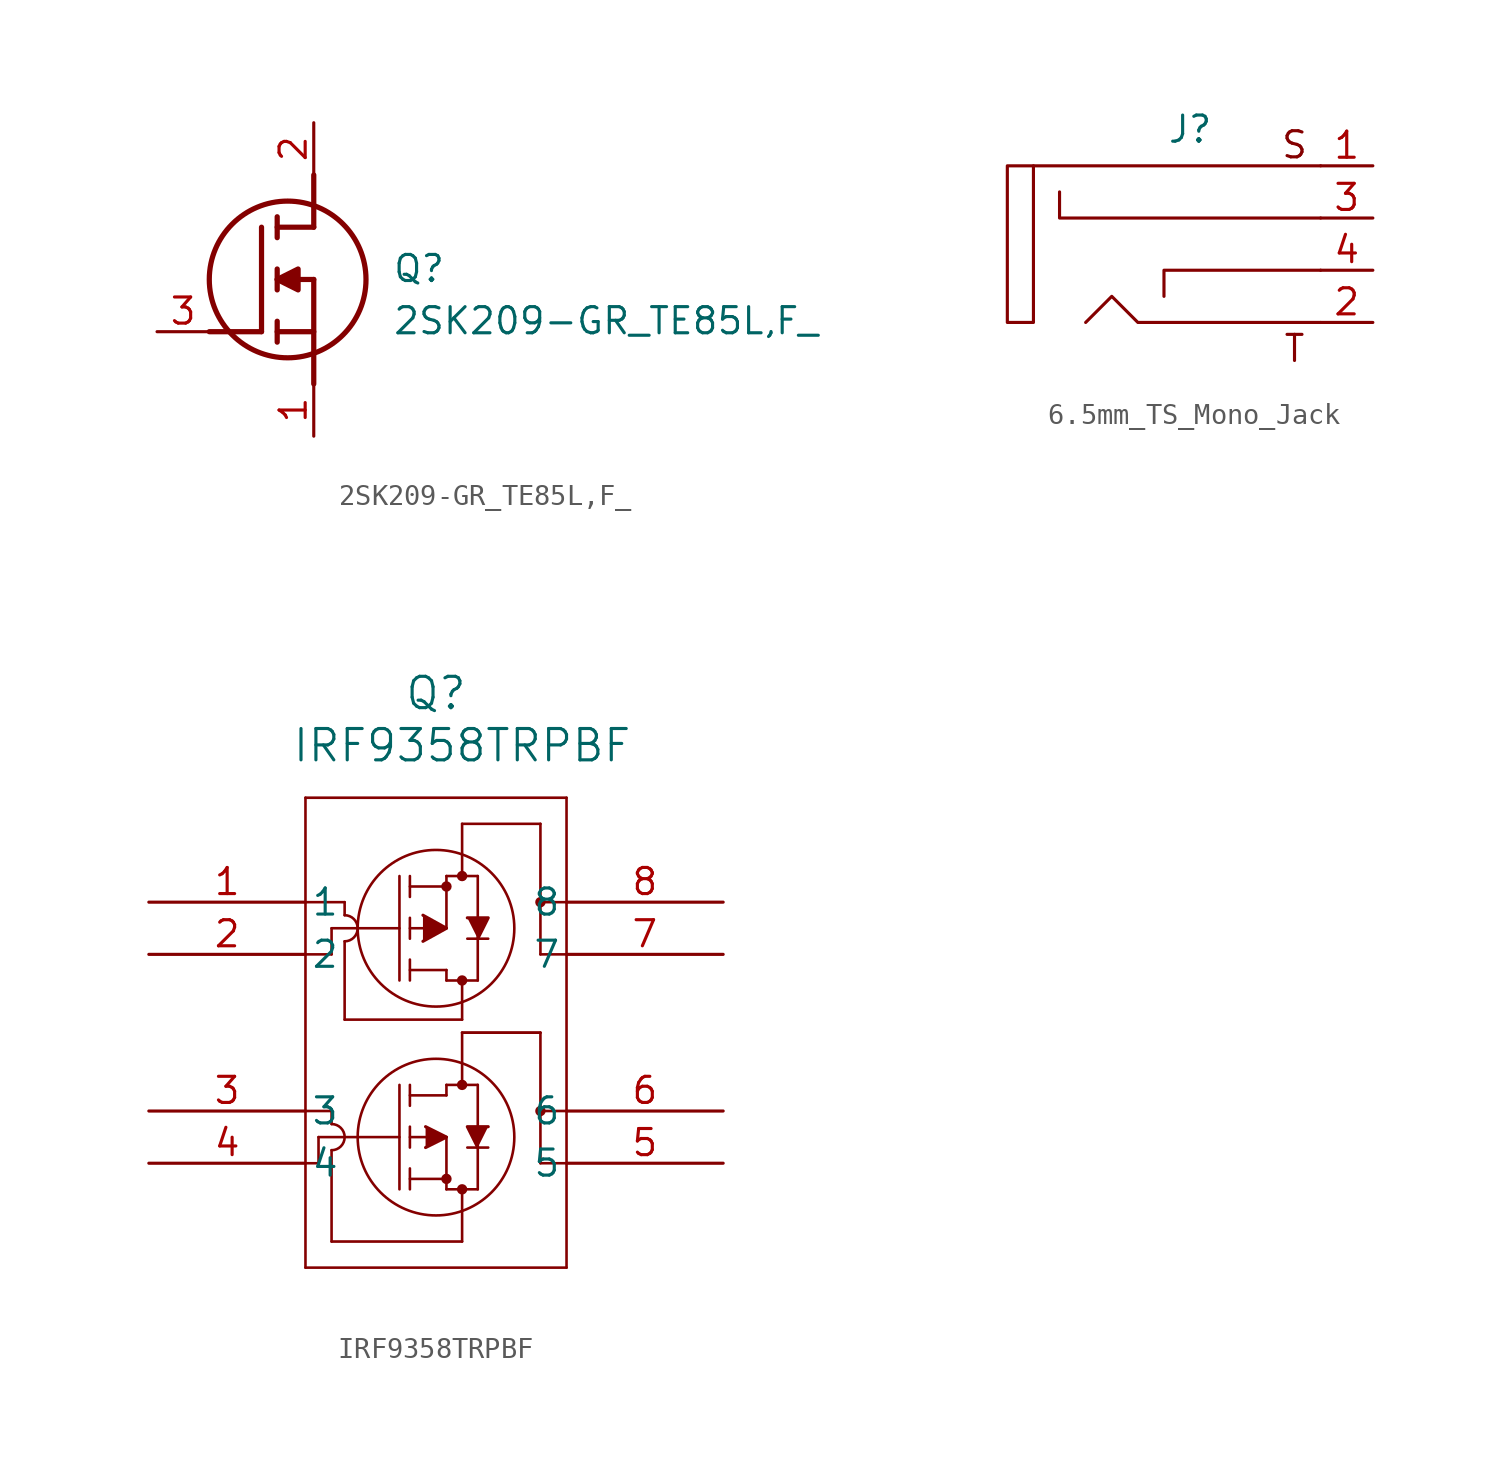
<source format=kicad_sym>
(kicad_symbol_lib
  (version 20231120)
  (generator "kicad_symbol_editor")
  (generator_version "8.0")
  (symbol "2SK209-GR_TE85L,F_"
    (pin_names hide)
    (property "Reference" "Q"
      (at 11.43 3.81 0)
      (effects (font (size 1.27 1.27)) (justify left top)))
    (property "Value" "2SK209-GR_TE85L,F_"
      (at 11.43 1.27 0)
      (effects (font (size 1.27 1.27)) (justify left top)))
    (symbol "2SK209-GR_TE85L,F__1_1"
      (polyline (pts (xy 2.54 0) (xy 5.08 0)) (stroke (width 0.254) (type default)) (fill (type none)))
      (polyline (pts (xy 5.08 5.08) (xy 5.08 0)) (stroke (width 0.254) (type default)) (fill (type none)))
      (polyline (pts (xy 5.842 -0.508) (xy 5.842 0.508)) (stroke (width 0.254) (type default)) (fill (type none)))
      (polyline (pts (xy 5.842 0) (xy 7.62 0)) (stroke (width 0.254) (type default)) (fill (type none)))
      (polyline (pts (xy 5.842 2.032) (xy 5.842 3.048)) (stroke (width 0.254) (type default)) (fill (type none)))
      (polyline (pts (xy 5.842 5.588) (xy 5.842 4.572)) (stroke (width 0.254) (type default)) (fill (type none)))
      (polyline (pts (xy 7.62 2.54) (xy 5.842 2.54)) (stroke (width 0.254) (type default)) (fill (type none)))
      (polyline (pts (xy 7.62 2.54) (xy 7.62 -2.54)) (stroke (width 0.254) (type default)) (fill (type none)))
      (polyline (pts (xy 7.62 5.08) (xy 5.842 5.08)) (stroke (width 0.254) (type default)) (fill (type none)))
      (polyline (pts (xy 7.62 5.08) (xy 7.62 7.62)) (stroke (width 0.254) (type default)) (fill (type none)))
      (polyline (pts (xy 5.842 2.54) (xy 6.858 3.048) (xy 6.858 2.032) (xy 5.842 2.54)) (stroke (width 0.254) (type default)) (fill (type outline)))
      (circle (center 6.35 2.54) (radius 3.81) (stroke (width 0.254) (type default)) (fill (type none)))
      (pin passive line (at 7.62 -5.08 90) (length 2.54) (name "S" (effects (font (size 1.27 1.27)))) (number "1" (effects (font (size 1.27 1.27)))))
      (pin passive line (at 7.62 10.16 270) (length 2.54) (name "D" (effects (font (size 1.27 1.27)))) (number "2" (effects (font (size 1.27 1.27)))))
      (pin passive line (at 0 0 0) (length 2.54) (name "G" (effects (font (size 1.27 1.27)))) (number "3" (effects (font (size 1.27 1.27)))))))
  (symbol "6.5mm_TS_Mono_Jack"
    (property "Reference" "J"
      (at 0 1.778 0)
      (effects (font (size 1.27 1.27))))
    (property "Value" ""
      (at 2.54 -5.08 0)
      (effects (font (size 1.27 1.27))))
    (symbol "6.5mm_TS_Mono_Jack_0_1"
      (rectangle (start -8.89 0) (end -7.62 -7.62) (stroke (width 0) (type default)) (fill (type none)))
      (polyline (pts (xy 6.35 -5.08) (xy -1.27 -5.08) (xy -1.27 -6.35)) (stroke (width 0) (type default)) (fill (type none)))
      (polyline (pts (xy 6.35 -2.54) (xy -6.35 -2.54) (xy -6.35 -1.27)) (stroke (width 0) (type default)) (fill (type none)))
      (polyline (pts (xy 6.35 -7.62) (xy -2.54 -7.62) (xy -3.81 -6.35) (xy -5.08 -7.62)) (stroke (width 0) (type default)) (fill (type none))))
    (symbol "6.5mm_TS_Mono_Jack_1_1"
      (polyline (pts (xy 6.35 0) (xy -7.62 0)) (stroke (width 0) (type default)) (fill (type none)))
      (text "S" (at 5.08 1.016 0) (effects (font (size 1.27 1.27))))
      (text "T" (at 5.08 -8.89 0) (effects (font (size 1.27 1.27))))
      (pin passive line (at 8.89 0 180) (length 2.54) (name "" (effects (font (size 1.27 1.27)))) (number "1" (effects (font (size 1.27 1.27)))))
      (pin passive line (at 8.89 -7.62 180) (length 2.54) (name "" (effects (font (size 1.27 1.27)))) (number "2" (effects (font (size 1.27 1.27)))))
      (pin passive line (at 8.89 -2.54 180) (length 2.54) (name "" (effects (font (size 1.27 1.27)))) (number "3" (effects (font (size 1.27 1.27)))))
      (pin passive line (at 8.89 -5.08 180) (length 2.54) (name "" (effects (font (size 1.27 1.27)))) (number "4" (effects (font (size 1.27 1.27)))))))
  (symbol "IRF9358TRPBF"
    (pin_names
      (offset 0.254))
    (property "Reference" "Q"
      (at 13.97 10.16 0)
      (effects (font (size 1.524 1.524))))
    (property "Value" "IRF9358TRPBF"
      (at 15.24 7.62 0)
      (effects (font (size 1.524 1.524))))
    (property "ki_locked" ""
      (at 0 0 0)
      (effects (font (size 1.27 1.27))))
    (symbol "IRF9358TRPBF_0_1"
      (polyline (pts (xy 7.62 -17.78) (xy 20.32 -17.78)) (stroke (width 0.127) (type default)) (fill (type none)))
      (polyline (pts (xy 7.62 -12.7) (xy 8.255 -12.7)) (stroke (width 0.127) (type default)) (fill (type none)))
      (polyline (pts (xy 7.62 -10.16) (xy 8.89 -10.16)) (stroke (width 0.127) (type default)) (fill (type none)))
      (polyline (pts (xy 7.62 -2.54) (xy 8.89 -2.54)) (stroke (width 0.127) (type default)) (fill (type none)))
      (polyline (pts (xy 7.62 0) (xy 9.525 0)) (stroke (width 0.127) (type default)) (fill (type none)))
      (polyline (pts (xy 7.62 5.08) (xy 7.62 -17.78)) (stroke (width 0.127) (type default)) (fill (type none)))
      (polyline (pts (xy 8.255 -12.7) (xy 8.255 -11.43)) (stroke (width 0.127) (type default)) (fill (type none)))
      (polyline (pts (xy 8.255 -11.43) (xy 12.192 -11.43)) (stroke (width 0.127) (type default)) (fill (type none)))
      (polyline (pts (xy 8.89 -16.51) (xy 15.24 -16.51)) (stroke (width 0.127) (type default)) (fill (type none)))
      (polyline (pts (xy 8.89 -12.065) (xy 8.89 -16.51)) (stroke (width 0.127) (type default)) (fill (type none)))
      (polyline (pts (xy 8.89 -10.795) (xy 8.89 -10.16)) (stroke (width 0.127) (type default)) (fill (type none)))
      (polyline (pts (xy 8.89 -2.54) (xy 8.89 -1.27)) (stroke (width 0.127) (type default)) (fill (type none)))
      (polyline (pts (xy 8.89 -1.27) (xy 12.192 -1.27)) (stroke (width 0.127) (type default)) (fill (type none)))
      (polyline (pts (xy 9.525 -1.905) (xy 9.525 -5.715)) (stroke (width 0.127) (type default)) (fill (type none)))
      (polyline (pts (xy 9.525 0) (xy 9.525 -0.635)) (stroke (width 0.127) (type default)) (fill (type none)))
      (polyline (pts (xy 12.192 -13.97) (xy 12.192 -8.89)) (stroke (width 0.127) (type default)) (fill (type none)))
      (polyline (pts (xy 12.192 1.27) (xy 12.192 -3.81)) (stroke (width 0.127) (type default)) (fill (type none)))
      (polyline (pts (xy 12.7 -13.97) (xy 12.7 -12.954)) (stroke (width 0.127) (type default)) (fill (type none)))
      (polyline (pts (xy 12.7 -13.462) (xy 14.478 -13.462)) (stroke (width 0.127) (type default)) (fill (type none)))
      (polyline (pts (xy 12.7 -11.938) (xy 12.7 -10.922)) (stroke (width 0.127) (type default)) (fill (type none)))
      (polyline (pts (xy 12.7 -11.43) (xy 14.478 -11.43)) (stroke (width 0.127) (type default)) (fill (type none)))
      (polyline (pts (xy 12.7 -9.906) (xy 12.7 -8.89)) (stroke (width 0.127) (type default)) (fill (type none)))
      (polyline (pts (xy 12.7 -9.398) (xy 14.478 -9.398)) (stroke (width 0.127) (type default)) (fill (type none)))
      (polyline (pts (xy 12.7 -3.302) (xy 14.478 -3.302)) (stroke (width 0.127) (type default)) (fill (type none)))
      (polyline (pts (xy 12.7 -2.794) (xy 12.7 -3.81)) (stroke (width 0.127) (type default)) (fill (type none)))
      (polyline (pts (xy 12.7 -1.27) (xy 14.478 -1.27)) (stroke (width 0.127) (type default)) (fill (type none)))
      (polyline (pts (xy 12.7 -0.762) (xy 12.7 -1.778)) (stroke (width 0.127) (type default)) (fill (type none)))
      (polyline (pts (xy 12.7 0.762) (xy 14.478 0.762)) (stroke (width 0.127) (type default)) (fill (type none)))
      (polyline (pts (xy 12.7 1.27) (xy 12.7 0.254)) (stroke (width 0.127) (type default)) (fill (type none)))
      (polyline (pts (xy 14.478 -13.97) (xy 14.478 -11.43)) (stroke (width 0.127) (type default)) (fill (type none)))
      (polyline (pts (xy 14.478 -13.97) (xy 16.002 -13.97)) (stroke (width 0.127) (type default)) (fill (type none)))
      (polyline (pts (xy 14.478 -9.398) (xy 14.478 -8.89)) (stroke (width 0.127) (type default)) (fill (type none)))
      (polyline (pts (xy 14.478 -8.89) (xy 16.002 -8.89)) (stroke (width 0.127) (type default)) (fill (type none)))
      (polyline (pts (xy 14.478 -3.81) (xy 16.002 -3.81)) (stroke (width 0.127) (type default)) (fill (type none)))
      (polyline (pts (xy 14.478 -3.302) (xy 14.478 -3.81)) (stroke (width 0.127) (type default)) (fill (type none)))
      (polyline (pts (xy 14.478 1.27) (xy 14.478 -1.27)) (stroke (width 0.127) (type default)) (fill (type none)))
      (polyline (pts (xy 14.478 1.27) (xy 16.002 1.27)) (stroke (width 0.127) (type default)) (fill (type none)))
      (polyline (pts (xy 15.24 -16.51) (xy 15.24 -13.97)) (stroke (width 0.127) (type default)) (fill (type none)))
      (polyline (pts (xy 15.24 -8.89) (xy 15.24 -6.35)) (stroke (width 0.127) (type default)) (fill (type none)))
      (polyline (pts (xy 15.24 -6.35) (xy 19.05 -6.35)) (stroke (width 0.127) (type default)) (fill (type none)))
      (polyline (pts (xy 15.24 -6.35) (xy 19.05 -6.35)) (stroke (width 0.127) (type default)) (fill (type none)))
      (polyline (pts (xy 15.24 -5.715) (xy 9.525 -5.715)) (stroke (width 0.127) (type default)) (fill (type none)))
      (polyline (pts (xy 15.24 -5.715) (xy 15.24 -3.81)) (stroke (width 0.127) (type default)) (fill (type none)))
      (polyline (pts (xy 15.24 3.81) (xy 15.24 1.27)) (stroke (width 0.127) (type default)) (fill (type none)))
      (polyline (pts (xy 15.24 3.81) (xy 19.05 3.81)) (stroke (width 0.127) (type default)) (fill (type none)))
      (polyline (pts (xy 15.494 -1.778) (xy 16.51 -1.778)) (stroke (width 0.127) (type default)) (fill (type none)))
      (polyline (pts (xy 16.002 -13.97) (xy 16.002 -8.89)) (stroke (width 0.127) (type default)) (fill (type none)))
      (polyline (pts (xy 16.002 1.27) (xy 16.002 -3.81)) (stroke (width 0.127) (type default)) (fill (type none)))
      (polyline (pts (xy 16.51 -11.938) (xy 15.494 -11.938)) (stroke (width 0.127) (type default)) (fill (type none)))
      (polyline (pts (xy 19.05 -12.7) (xy 19.05 -6.35)) (stroke (width 0.127) (type default)) (fill (type none)))
      (polyline (pts (xy 19.05 -12.7) (xy 20.32 -12.7)) (stroke (width 0.127) (type default)) (fill (type none)))
      (polyline (pts (xy 19.05 -10.16) (xy 20.32 -10.16)) (stroke (width 0.127) (type default)) (fill (type none)))
      (polyline (pts (xy 19.05 -2.54) (xy 20.32 -2.54)) (stroke (width 0.127) (type default)) (fill (type none)))
      (polyline (pts (xy 19.05 0) (xy 20.32 0)) (stroke (width 0.127) (type default)) (fill (type none)))
      (polyline (pts (xy 19.05 3.81) (xy 19.05 -2.54)) (stroke (width 0.127) (type default)) (fill (type none)))
      (polyline (pts (xy 20.32 -17.78) (xy 20.32 5.08)) (stroke (width 0.127) (type default)) (fill (type none)))
      (polyline (pts (xy 20.32 5.08) (xy 7.62 5.08)) (stroke (width 0.127) (type default)) (fill (type none)))
      (polyline (pts (xy 13.335 -1.905) (xy 14.478 -1.27) (xy 13.335 -0.635)) (stroke (width 0) (type default)) (fill (type outline)))
      (polyline (pts (xy 13.462 -10.922) (xy 14.478 -11.43) (xy 13.462 -11.938)) (stroke (width 0) (type default)) (fill (type outline)))
      (polyline (pts (xy 15.494 -0.762) (xy 16.51 -0.762) (xy 16.002 -1.778)) (stroke (width 0) (type default)) (fill (type outline)))
      (polyline (pts (xy 16.51 -10.922) (xy 15.494 -10.922) (xy 16.002 -11.938)) (stroke (width 0) (type default)) (fill (type outline)))
      (arc (start 8.89 -12.065) (mid 9.5222 -11.43) (end 8.89 -10.795) (stroke (width 0.127) (type default)) (fill (type none)))
      (arc (start 9.525 -1.905) (mid 10.1572 -1.27) (end 9.525 -0.635) (stroke (width 0.127) (type default)) (fill (type none)))
      (circle (center 13.97 -11.43) (radius 3.81) (stroke (width 0.127) (type default)) (fill (type none)))
      (circle (center 13.97 -1.27) (radius 3.81) (stroke (width 0.127) (type default)) (fill (type none)))
      (circle (center 14.478 -13.462) (radius 0.127) (stroke (width 0.254) (type default)) (fill (type none)))
      (circle (center 14.478 0.762) (radius 0.127) (stroke (width 0.254) (type default)) (fill (type none)))
      (circle (center 15.24 -13.97) (radius 0.127) (stroke (width 0.254) (type default)) (fill (type none)))
      (circle (center 15.24 -8.89) (radius 0.127) (stroke (width 0.254) (type default)) (fill (type none)))
      (circle (center 15.24 -3.81) (radius 0.127) (stroke (width 0.254) (type default)) (fill (type none)))
      (circle (center 15.24 1.27) (radius 0.127) (stroke (width 0.254) (type default)) (fill (type none)))
      (circle (center 19.05 -10.16) (radius 0.127) (stroke (width 0.254) (type default)) (fill (type none)))
      (circle (center 19.05 0) (radius 0.127) (stroke (width 0.254) (type default)) (fill (type none)))
      (pin passive line (at 0 0 0) (length 7.62) (name "1" (effects (font (size 1.27 1.27)))) (number "1" (effects (font (size 1.27 1.27)))))
      (pin input line (at 0 -2.54 0) (length 7.62) (name "2" (effects (font (size 1.27 1.27)))) (number "2" (effects (font (size 1.27 1.27)))))
      (pin passive line (at 0 -10.16 0) (length 7.62) (name "3" (effects (font (size 1.27 1.27)))) (number "3" (effects (font (size 1.27 1.27)))))
      (pin input line (at 0 -12.7 0) (length 7.62) (name "4" (effects (font (size 1.27 1.27)))) (number "4" (effects (font (size 1.27 1.27)))))
      (pin passive line (at 27.94 -12.7 180) (length 7.62) (name "5" (effects (font (size 1.27 1.27)))) (number "5" (effects (font (size 1.27 1.27)))))
      (pin passive line (at 27.94 -10.16 180) (length 7.62) (name "6" (effects (font (size 1.27 1.27)))) (number "6" (effects (font (size 1.27 1.27)))))
      (pin passive line (at 27.94 -2.54 180) (length 7.62) (name "7" (effects (font (size 1.27 1.27)))) (number "7" (effects (font (size 1.27 1.27)))))
      (pin passive line (at 27.94 0 180) (length 7.62) (name "8" (effects (font (size 1.27 1.27)))) (number "8" (effects (font (size 1.27 1.27))))))))
</source>
